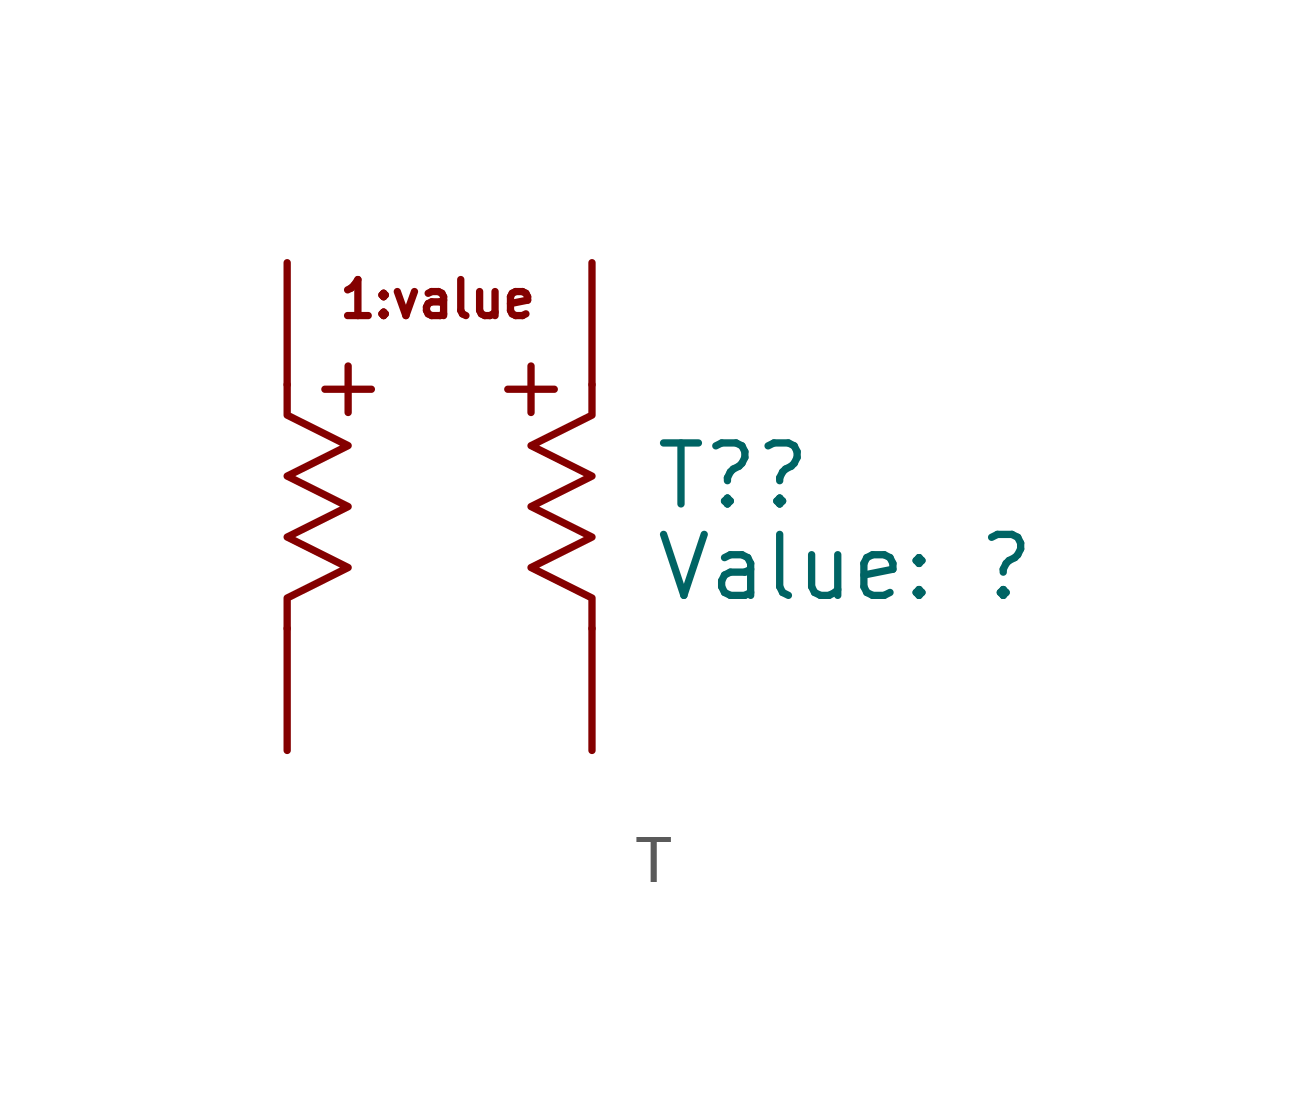
<source format=kicad_sym>
(kicad_symbol_lib
  (version 20231120)
  (generator "kicad_symbol_editor")
  (generator_version "8.0")
  (symbol "T"
    (pin_numbers hide)
    (pin_names
      (offset 0) hide)
    (property "Reference" "T?"
      (at 1.27 0.635 0)
      (effects (font (size 1.27 1.27)) (justify left)))
    (property "Value" "?"
      (at 1.27 -1.27 0)
      (show_name)
      (effects (font (size 1.27 1.27)) (justify left)))
    (symbol "T_0_0"
      (polyline (pts (xy -6.35 2.54) (xy -6.35 1.905) (xy -5.08 1.27) (xy -6.35 0.635) (xy -5.08 0) (xy -6.35 -0.635) (xy -5.08 -1.27) (xy -6.35 -1.905) (xy -6.35 -2.54)) (stroke (width 0) (type default)) (fill (type none)))
      (polyline (pts (xy 0 2.54) (xy 0 1.905) (xy -1.27 1.27) (xy 0 0.635) (xy -1.27 0) (xy 0 -0.635) (xy -1.27 -1.27) (xy 0 -1.905) (xy 0 -2.54)) (stroke (width 0) (type default)) (fill (type none))))
    (symbol "T_1_0"
      (text "+" (at -5.08 2.54 0) (effects (font (size 1.27 1.27))))
      (text "+" (at -1.27 2.54 0) (effects (font (size 1.27 1.27))))
      (text "1:value" (at -5.334 4.318 0) (effects (font (size 0.75 0.75)) (justify left)))
      (pin bidirectional line (at 0 5.08 270) (length 2.54) (name "outP" (effects (font (size 1.27 1.27)))) (number "1" (effects (font (size 1.27 1.27)))))
      (pin bidirectional line (at 0 -5.08 90) (length 2.54) (name "outN" (effects (font (size 1.27 1.27)))) (number "2" (effects (font (size 1.27 1.27))))))
    (symbol "T_1_1"
      (pin bidirectional line (at -6.35 5.08 270) (length 2.54) (name "inp" (effects (font (size 1.27 1.27)))) (number "3" (effects (font (size 1.27 1.27)))))
      (pin bidirectional line (at -6.35 -5.08 90) (length 2.54) (name "inN" (effects (font (size 1.27 1.27)))) (number "4" (effects (font (size 1.27 1.27))))))))
</source>
